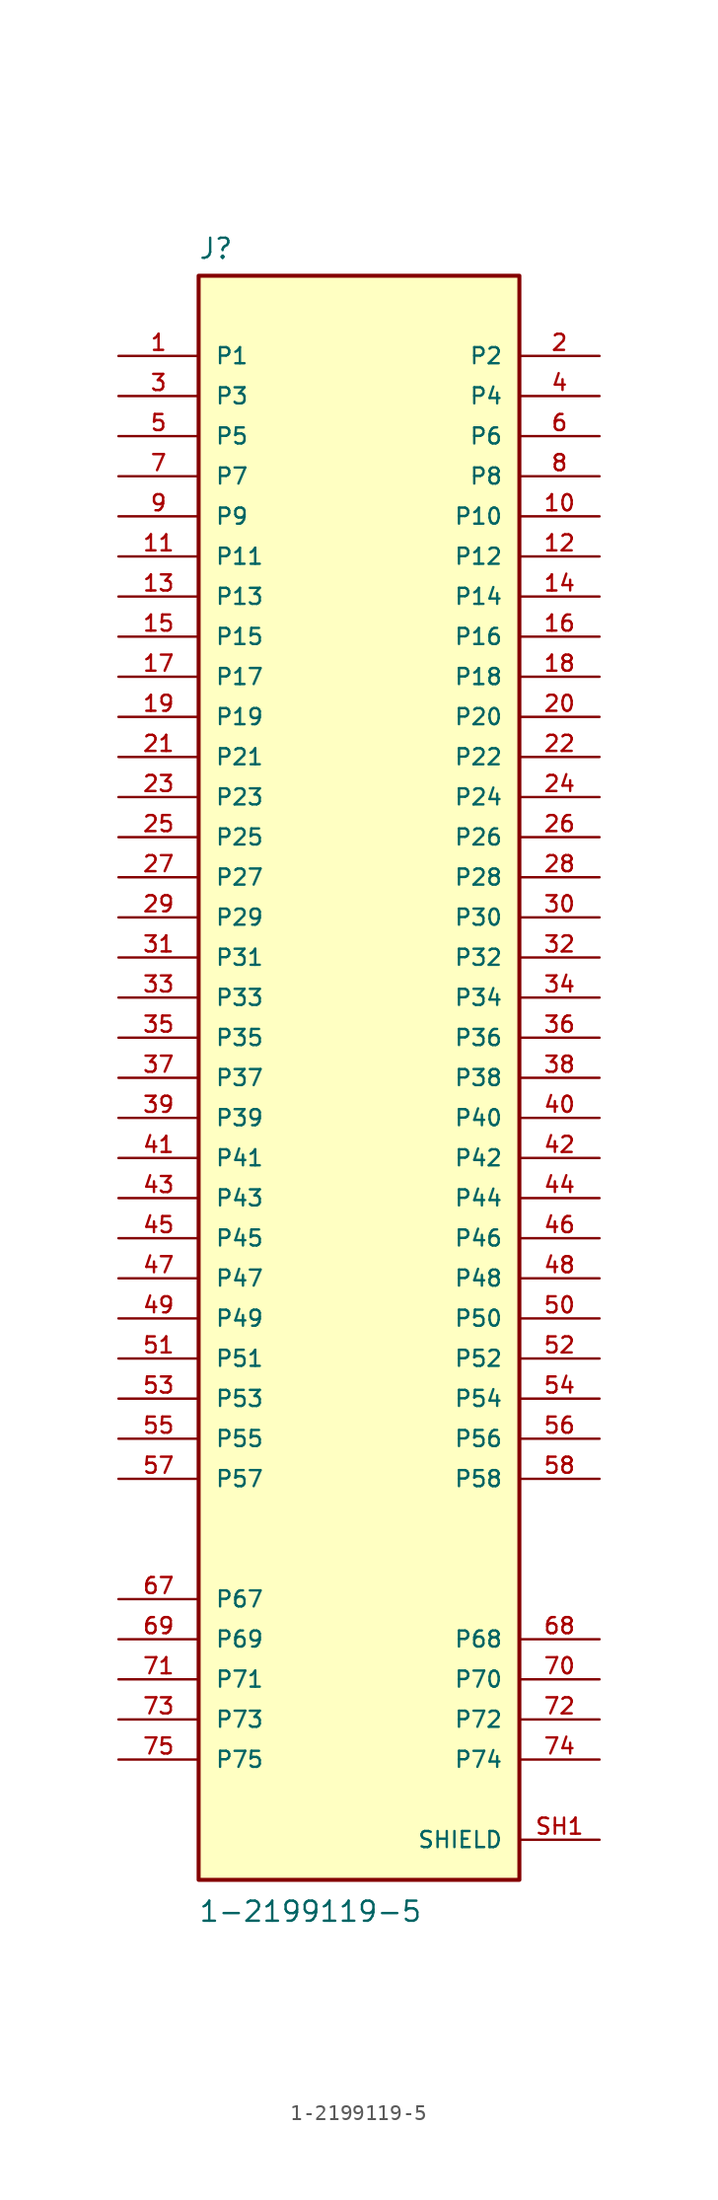
<source format=kicad_sym>
(kicad_symbol_lib
  (version 20211014)
  (generator kicad_symbol_editor)
  (symbol "1-2199119-5"
    (pin_names
      (offset 1.016))
    (property "Reference" "J"
      (at -10.194 51.775 0)
      (effects (font (size 1.27 1.27)) (justify bottom left)))
    (property "Value" "1-2199119-5"
      (at -10.193 -53.551 0)
      (effects (font (size 1.27 1.27)) (justify bottom left)))
    (symbol "1-2199119-5_0_0"
      (rectangle (start -10.16 -50.8) (end 10.16 50.8) (stroke (width 0.254)) (fill (type background)))
      (pin passive line (at -15.24 45.72 0) (length 5.08) (name "P1" (effects (font (size 1.016 1.016)))) (number "1" (effects (font (size 1.016 1.016)))))
      (pin passive line (at 15.24 45.72 180.0) (length 5.08) (name "P2" (effects (font (size 1.016 1.016)))) (number "2" (effects (font (size 1.016 1.016)))))
      (pin passive line (at -15.24 43.18 0) (length 5.08) (name "P3" (effects (font (size 1.016 1.016)))) (number "3" (effects (font (size 1.016 1.016)))))
      (pin passive line (at 15.24 43.18 180.0) (length 5.08) (name "P4" (effects (font (size 1.016 1.016)))) (number "4" (effects (font (size 1.016 1.016)))))
      (pin passive line (at -15.24 40.64 0) (length 5.08) (name "P5" (effects (font (size 1.016 1.016)))) (number "5" (effects (font (size 1.016 1.016)))))
      (pin passive line (at 15.24 40.64 180.0) (length 5.08) (name "P6" (effects (font (size 1.016 1.016)))) (number "6" (effects (font (size 1.016 1.016)))))
      (pin passive line (at -15.24 38.1 0) (length 5.08) (name "P7" (effects (font (size 1.016 1.016)))) (number "7" (effects (font (size 1.016 1.016)))))
      (pin passive line (at 15.24 38.1 180.0) (length 5.08) (name "P8" (effects (font (size 1.016 1.016)))) (number "8" (effects (font (size 1.016 1.016)))))
      (pin passive line (at -15.24 35.56 0) (length 5.08) (name "P9" (effects (font (size 1.016 1.016)))) (number "9" (effects (font (size 1.016 1.016)))))
      (pin passive line (at 15.24 35.56 180.0) (length 5.08) (name "P10" (effects (font (size 1.016 1.016)))) (number "10" (effects (font (size 1.016 1.016)))))
      (pin passive line (at -15.24 33.02 0) (length 5.08) (name "P11" (effects (font (size 1.016 1.016)))) (number "11" (effects (font (size 1.016 1.016)))))
      (pin passive line (at -15.24 30.48 0) (length 5.08) (name "P13" (effects (font (size 1.016 1.016)))) (number "13" (effects (font (size 1.016 1.016)))))
      (pin passive line (at 15.24 30.48 180.0) (length 5.08) (name "P14" (effects (font (size 1.016 1.016)))) (number "14" (effects (font (size 1.016 1.016)))))
      (pin passive line (at -15.24 27.94 0) (length 5.08) (name "P15" (effects (font (size 1.016 1.016)))) (number "15" (effects (font (size 1.016 1.016)))))
      (pin passive line (at 15.24 27.94 180.0) (length 5.08) (name "P16" (effects (font (size 1.016 1.016)))) (number "16" (effects (font (size 1.016 1.016)))))
      (pin passive line (at -15.24 25.4 0) (length 5.08) (name "P17" (effects (font (size 1.016 1.016)))) (number "17" (effects (font (size 1.016 1.016)))))
      (pin passive line (at 15.24 25.4 180.0) (length 5.08) (name "P18" (effects (font (size 1.016 1.016)))) (number "18" (effects (font (size 1.016 1.016)))))
      (pin passive line (at -15.24 22.86 0) (length 5.08) (name "P19" (effects (font (size 1.016 1.016)))) (number "19" (effects (font (size 1.016 1.016)))))
      (pin passive line (at 15.24 22.86 180.0) (length 5.08) (name "P20" (effects (font (size 1.016 1.016)))) (number "20" (effects (font (size 1.016 1.016)))))
      (pin passive line (at -15.24 20.32 0) (length 5.08) (name "P21" (effects (font (size 1.016 1.016)))) (number "21" (effects (font (size 1.016 1.016)))))
      (pin passive line (at 15.24 20.32 180.0) (length 5.08) (name "P22" (effects (font (size 1.016 1.016)))) (number "22" (effects (font (size 1.016 1.016)))))
      (pin passive line (at -15.24 17.78 0) (length 5.08) (name "P23" (effects (font (size 1.016 1.016)))) (number "23" (effects (font (size 1.016 1.016)))))
      (pin passive line (at 15.24 17.78 180.0) (length 5.08) (name "P24" (effects (font (size 1.016 1.016)))) (number "24" (effects (font (size 1.016 1.016)))))
      (pin passive line (at -15.24 15.24 0) (length 5.08) (name "P25" (effects (font (size 1.016 1.016)))) (number "25" (effects (font (size 1.016 1.016)))))
      (pin passive line (at 15.24 15.24 180.0) (length 5.08) (name "P26" (effects (font (size 1.016 1.016)))) (number "26" (effects (font (size 1.016 1.016)))))
      (pin passive line (at -15.24 12.7 0) (length 5.08) (name "P27" (effects (font (size 1.016 1.016)))) (number "27" (effects (font (size 1.016 1.016)))))
      (pin passive line (at 15.24 12.7 180.0) (length 5.08) (name "P28" (effects (font (size 1.016 1.016)))) (number "28" (effects (font (size 1.016 1.016)))))
      (pin passive line (at -15.24 10.16 0) (length 5.08) (name "P29" (effects (font (size 1.016 1.016)))) (number "29" (effects (font (size 1.016 1.016)))))
      (pin passive line (at 15.24 10.16 180.0) (length 5.08) (name "P30" (effects (font (size 1.016 1.016)))) (number "30" (effects (font (size 1.016 1.016)))))
      (pin passive line (at -15.24 7.62 0) (length 5.08) (name "P31" (effects (font (size 1.016 1.016)))) (number "31" (effects (font (size 1.016 1.016)))))
      (pin passive line (at 15.24 7.62 180.0) (length 5.08) (name "P32" (effects (font (size 1.016 1.016)))) (number "32" (effects (font (size 1.016 1.016)))))
      (pin passive line (at -15.24 5.08 0) (length 5.08) (name "P33" (effects (font (size 1.016 1.016)))) (number "33" (effects (font (size 1.016 1.016)))))
      (pin passive line (at 15.24 5.08 180.0) (length 5.08) (name "P34" (effects (font (size 1.016 1.016)))) (number "34" (effects (font (size 1.016 1.016)))))
      (pin passive line (at -15.24 2.54 0) (length 5.08) (name "P35" (effects (font (size 1.016 1.016)))) (number "35" (effects (font (size 1.016 1.016)))))
      (pin passive line (at 15.24 2.54 180.0) (length 5.08) (name "P36" (effects (font (size 1.016 1.016)))) (number "36" (effects (font (size 1.016 1.016)))))
      (pin passive line (at -15.24 0.0 0) (length 5.08) (name "P37" (effects (font (size 1.016 1.016)))) (number "37" (effects (font (size 1.016 1.016)))))
      (pin passive line (at 15.24 0.0 180.0) (length 5.08) (name "P38" (effects (font (size 1.016 1.016)))) (number "38" (effects (font (size 1.016 1.016)))))
      (pin passive line (at -15.24 -2.54 0) (length 5.08) (name "P39" (effects (font (size 1.016 1.016)))) (number "39" (effects (font (size 1.016 1.016)))))
      (pin passive line (at 15.24 -2.54 180.0) (length 5.08) (name "P40" (effects (font (size 1.016 1.016)))) (number "40" (effects (font (size 1.016 1.016)))))
      (pin passive line (at -15.24 -5.08 0) (length 5.08) (name "P41" (effects (font (size 1.016 1.016)))) (number "41" (effects (font (size 1.016 1.016)))))
      (pin passive line (at 15.24 -5.08 180.0) (length 5.08) (name "P42" (effects (font (size 1.016 1.016)))) (number "42" (effects (font (size 1.016 1.016)))))
      (pin passive line (at -15.24 -7.62 0) (length 5.08) (name "P43" (effects (font (size 1.016 1.016)))) (number "43" (effects (font (size 1.016 1.016)))))
      (pin passive line (at 15.24 -7.62 180.0) (length 5.08) (name "P44" (effects (font (size 1.016 1.016)))) (number "44" (effects (font (size 1.016 1.016)))))
      (pin passive line (at -15.24 -10.16 0) (length 5.08) (name "P45" (effects (font (size 1.016 1.016)))) (number "45" (effects (font (size 1.016 1.016)))))
      (pin passive line (at 15.24 -10.16 180.0) (length 5.08) (name "P46" (effects (font (size 1.016 1.016)))) (number "46" (effects (font (size 1.016 1.016)))))
      (pin passive line (at -15.24 -12.7 0) (length 5.08) (name "P47" (effects (font (size 1.016 1.016)))) (number "47" (effects (font (size 1.016 1.016)))))
      (pin passive line (at 15.24 -12.7 180.0) (length 5.08) (name "P48" (effects (font (size 1.016 1.016)))) (number "48" (effects (font (size 1.016 1.016)))))
      (pin passive line (at -15.24 -15.24 0) (length 5.08) (name "P49" (effects (font (size 1.016 1.016)))) (number "49" (effects (font (size 1.016 1.016)))))
      (pin passive line (at 15.24 -15.24 180.0) (length 5.08) (name "P50" (effects (font (size 1.016 1.016)))) (number "50" (effects (font (size 1.016 1.016)))))
      (pin passive line (at -15.24 -17.78 0) (length 5.08) (name "P51" (effects (font (size 1.016 1.016)))) (number "51" (effects (font (size 1.016 1.016)))))
      (pin passive line (at 15.24 -17.78 180.0) (length 5.08) (name "P52" (effects (font (size 1.016 1.016)))) (number "52" (effects (font (size 1.016 1.016)))))
      (pin passive line (at -15.24 -20.32 0) (length 5.08) (name "P53" (effects (font (size 1.016 1.016)))) (number "53" (effects (font (size 1.016 1.016)))))
      (pin passive line (at 15.24 -20.32 180.0) (length 5.08) (name "P54" (effects (font (size 1.016 1.016)))) (number "54" (effects (font (size 1.016 1.016)))))
      (pin passive line (at -15.24 -22.86 0) (length 5.08) (name "P55" (effects (font (size 1.016 1.016)))) (number "55" (effects (font (size 1.016 1.016)))))
      (pin passive line (at 15.24 -22.86 180.0) (length 5.08) (name "P56" (effects (font (size 1.016 1.016)))) (number "56" (effects (font (size 1.016 1.016)))))
      (pin passive line (at -15.24 -25.4 0) (length 5.08) (name "P57" (effects (font (size 1.016 1.016)))) (number "57" (effects (font (size 1.016 1.016)))))
      (pin passive line (at 15.24 -25.4 180.0) (length 5.08) (name "P58" (effects (font (size 1.016 1.016)))) (number "58" (effects (font (size 1.016 1.016)))))
      (pin passive line (at -15.24 -33.02 0) (length 5.08) (name "P67" (effects (font (size 1.016 1.016)))) (number "67" (effects (font (size 1.016 1.016)))))
      (pin passive line (at 15.24 -35.56 180.0) (length 5.08) (name "P68" (effects (font (size 1.016 1.016)))) (number "68" (effects (font (size 1.016 1.016)))))
      (pin passive line (at -15.24 -35.56 0) (length 5.08) (name "P69" (effects (font (size 1.016 1.016)))) (number "69" (effects (font (size 1.016 1.016)))))
      (pin passive line (at 15.24 -38.1 180.0) (length 5.08) (name "P70" (effects (font (size 1.016 1.016)))) (number "70" (effects (font (size 1.016 1.016)))))
      (pin passive line (at -15.24 -38.1 0) (length 5.08) (name "P71" (effects (font (size 1.016 1.016)))) (number "71" (effects (font (size 1.016 1.016)))))
      (pin passive line (at 15.24 -40.64 180.0) (length 5.08) (name "P72" (effects (font (size 1.016 1.016)))) (number "72" (effects (font (size 1.016 1.016)))))
      (pin passive line (at -15.24 -40.64 0) (length 5.08) (name "P73" (effects (font (size 1.016 1.016)))) (number "73" (effects (font (size 1.016 1.016)))))
      (pin passive line (at 15.24 -43.18 180.0) (length 5.08) (name "P74" (effects (font (size 1.016 1.016)))) (number "74" (effects (font (size 1.016 1.016)))))
      (pin passive line (at -15.24 -43.18 0) (length 5.08) (name "P75" (effects (font (size 1.016 1.016)))) (number "75" (effects (font (size 1.016 1.016)))))
      (pin passive line (at 15.24 33.02 180.0) (length 5.08) (name "P12" (effects (font (size 1.016 1.016)))) (number "12" (effects (font (size 1.016 1.016)))))
      (pin passive line (at 15.24 -48.26 180.0) (length 5.08) (name "SHIELD" (effects (font (size 1.016 1.016)))) (number "SH1" (effects (font (size 1.016 1.016)))))
      (pin passive line (at 15.24 -48.26 180.0) (length 5.08) hide (name "SHIELD" (effects (font (size 1.016 1.016)))) (number "SH2" (effects (font (size 1.016 1.016))))))))
</source>
